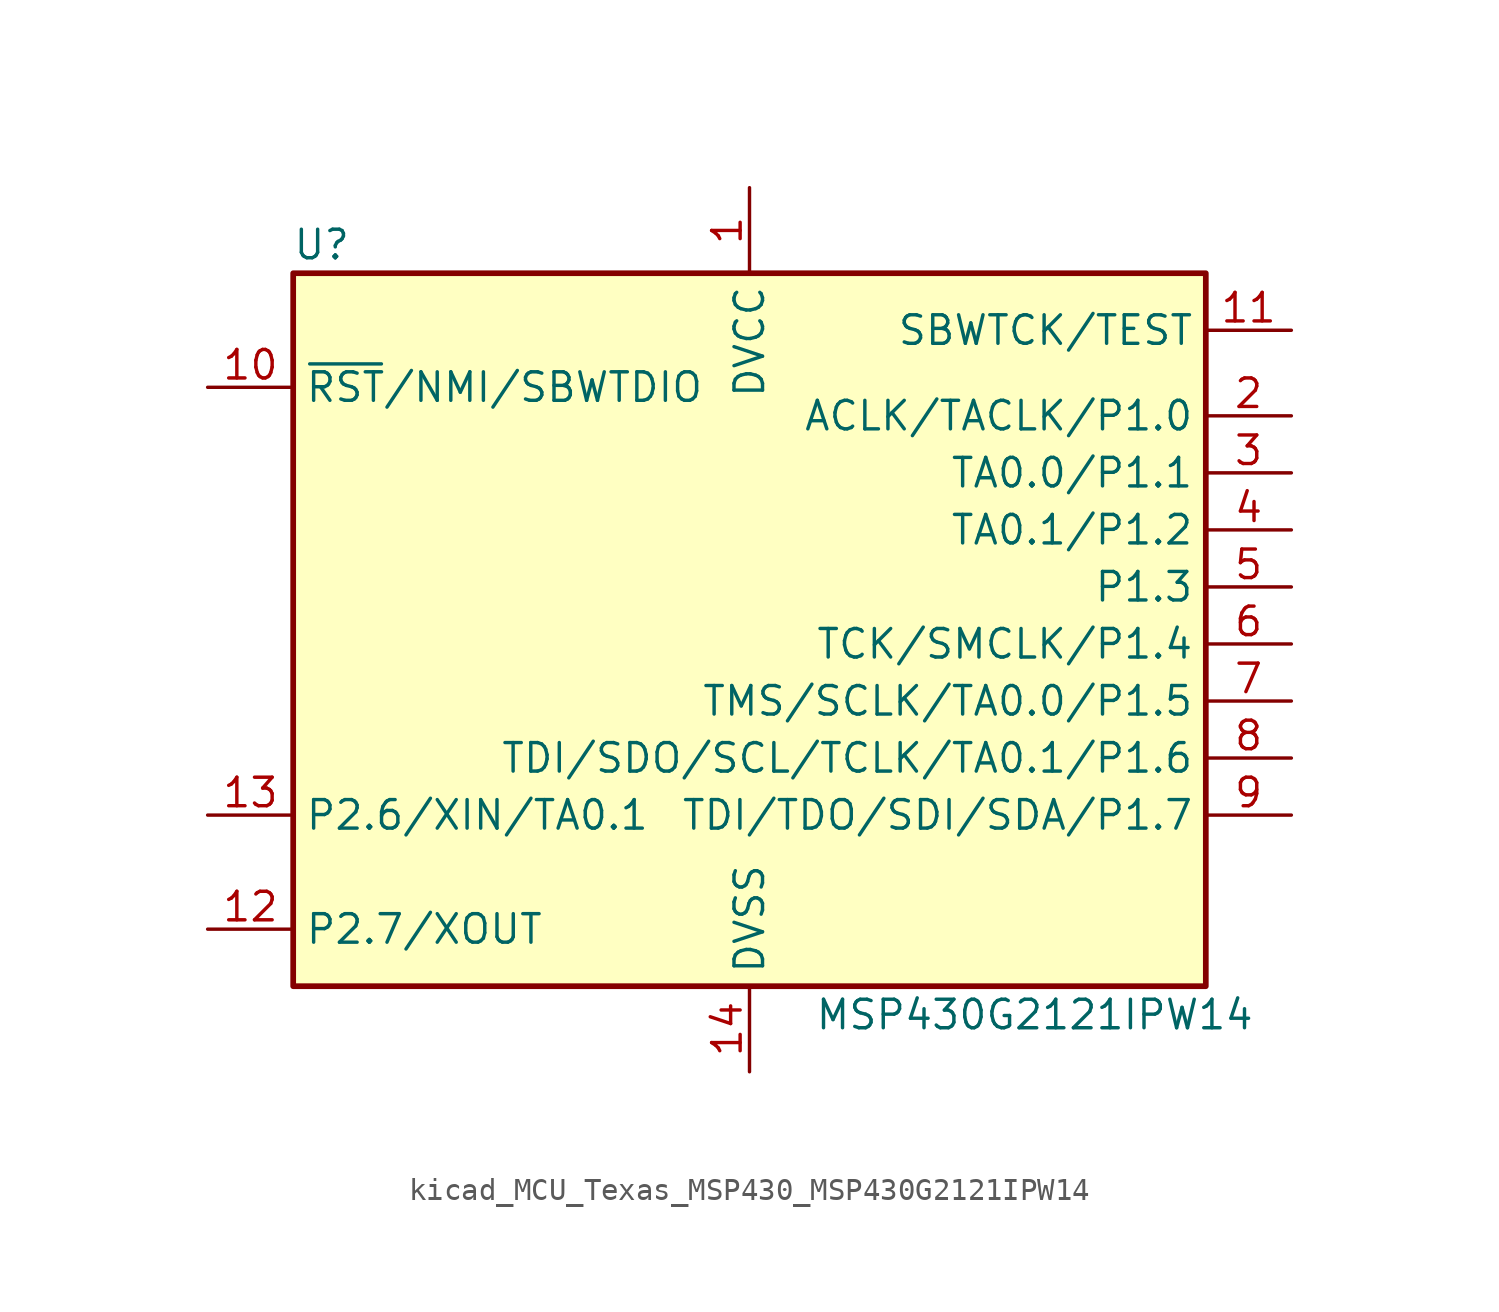
<source format=kicad_sym>
(kicad_symbol_lib
  (version 20220914)
  (generator kicad_symbol_editor)
  (symbol "kicad_MCU_Texas_MSP430_MSP430G2121IPW14"
    (property "Reference" "U"
      (at -19.05 17.78 0)
      (effects (font (size 1.27 1.27))))
    (property "Value" "MSP430G2121IPW14"
      (at 12.7 -16.51 0)
      (effects (font (size 1.27 1.27))))
    (symbol "kicad_MCU_Texas_MSP430_MSP430G2121IPW14_0_1"
      (rectangle (start -20.32 16.51) (end 20.32 -15.24) (stroke (width 0.254) (type default)) (fill (type background))))
    (symbol "kicad_MCU_Texas_MSP430_MSP430G2121IPW14_1_1"
      (pin power_in line (at 0 20.32 270) (length 3.81) (name "DVCC" (effects (font (size 1.27 1.27)))) (number "1" (effects (font (size 1.27 1.27)))))
      (pin input line (at -24.13 11.43 0) (length 3.81) (name "~{RST}/NMI/SBWTDIO" (effects (font (size 1.27 1.27)))) (number "10" (effects (font (size 1.27 1.27)))))
      (pin input line (at 24.13 13.97 180) (length 3.81) (name "SBWTCK/TEST" (effects (font (size 1.27 1.27)))) (number "11" (effects (font (size 1.27 1.27)))))
      (pin bidirectional line (at -24.13 -12.7 0) (length 3.81) (name "P2.7/XOUT" (effects (font (size 1.27 1.27)))) (number "12" (effects (font (size 1.27 1.27)))))
      (pin bidirectional line (at -24.13 -7.62 0) (length 3.81) (name "P2.6/XIN/TA0.1" (effects (font (size 1.27 1.27)))) (number "13" (effects (font (size 1.27 1.27)))))
      (pin power_in line (at 0 -19.05 90) (length 3.81) (name "DVSS" (effects (font (size 1.27 1.27)))) (number "14" (effects (font (size 1.27 1.27)))))
      (pin bidirectional line (at 24.13 10.16 180) (length 3.81) (name "ACLK/TACLK/P1.0" (effects (font (size 1.27 1.27)))) (number "2" (effects (font (size 1.27 1.27)))))
      (pin bidirectional line (at 24.13 7.62 180) (length 3.81) (name "TA0.0/P1.1" (effects (font (size 1.27 1.27)))) (number "3" (effects (font (size 1.27 1.27)))))
      (pin bidirectional line (at 24.13 5.08 180) (length 3.81) (name "TA0.1/P1.2" (effects (font (size 1.27 1.27)))) (number "4" (effects (font (size 1.27 1.27)))))
      (pin bidirectional line (at 24.13 2.54 180) (length 3.81) (name "P1.3" (effects (font (size 1.27 1.27)))) (number "5" (effects (font (size 1.27 1.27)))))
      (pin bidirectional line (at 24.13 0 180) (length 3.81) (name "TCK/SMCLK/P1.4" (effects (font (size 1.27 1.27)))) (number "6" (effects (font (size 1.27 1.27)))))
      (pin bidirectional line (at 24.13 -2.54 180) (length 3.81) (name "TMS/SCLK/TA0.0/P1.5" (effects (font (size 1.27 1.27)))) (number "7" (effects (font (size 1.27 1.27)))))
      (pin bidirectional line (at 24.13 -5.08 180) (length 3.81) (name "TDI/SDO/SCL/TCLK/TA0.1/P1.6" (effects (font (size 1.27 1.27)))) (number "8" (effects (font (size 1.27 1.27)))))
      (pin bidirectional line (at 24.13 -7.62 180) (length 3.81) (name "TDI/TDO/SDI/SDA/P1.7" (effects (font (size 1.27 1.27)))) (number "9" (effects (font (size 1.27 1.27))))))))
</source>
